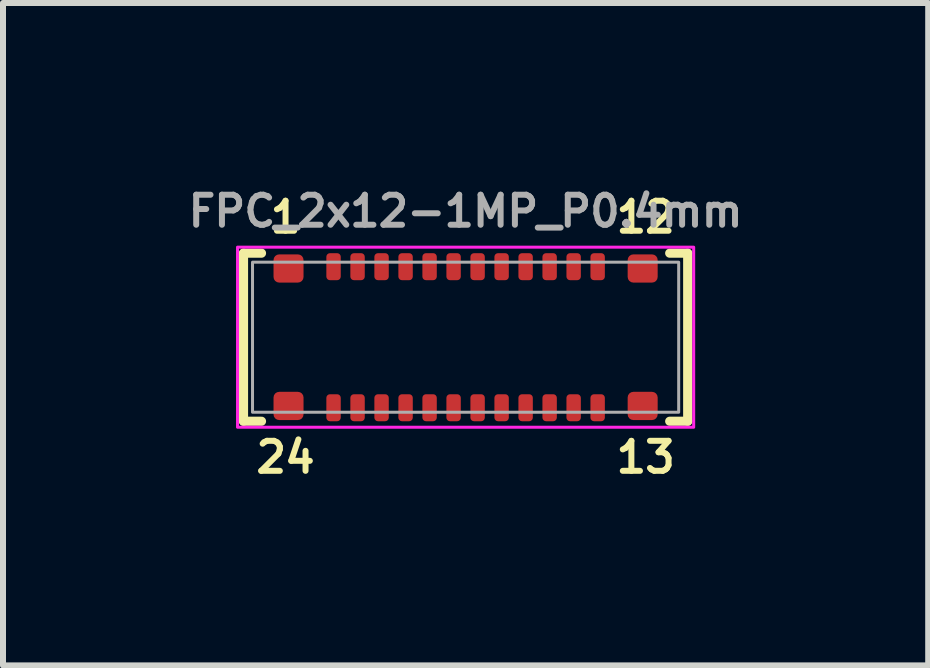
<source format=kicad_pcb>
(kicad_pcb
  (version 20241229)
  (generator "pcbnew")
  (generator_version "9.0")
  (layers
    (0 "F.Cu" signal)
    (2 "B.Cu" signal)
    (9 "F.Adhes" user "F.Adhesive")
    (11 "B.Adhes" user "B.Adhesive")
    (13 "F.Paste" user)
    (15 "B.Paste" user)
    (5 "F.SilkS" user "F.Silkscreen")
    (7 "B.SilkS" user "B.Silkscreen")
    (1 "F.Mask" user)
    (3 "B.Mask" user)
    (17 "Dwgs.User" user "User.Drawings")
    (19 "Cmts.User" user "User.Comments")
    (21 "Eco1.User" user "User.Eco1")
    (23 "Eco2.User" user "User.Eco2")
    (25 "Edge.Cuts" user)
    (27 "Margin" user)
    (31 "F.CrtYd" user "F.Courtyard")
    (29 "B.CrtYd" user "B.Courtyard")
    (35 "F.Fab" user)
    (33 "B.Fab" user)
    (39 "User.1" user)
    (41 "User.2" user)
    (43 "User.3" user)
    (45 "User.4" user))
  (footprint "FPC_2x12-1MP_P0.4mm"
    (layer "F.Cu")
    (at 4.707 2.568)
    (property "Reference" "FPC_2x12-1MP_P0.4mm" (at 0 -2.1 0) (unlocked yes) (layer "F.Fab") (effects (font (size 0.5 0.5) (thickness 0.1))))
    (attr smd)
    (fp_line (start -3.7 1.4) (end -3.7 -1.4) (stroke (width 0.152) (type default)) (layer "F.SilkS"))
    (fp_line (start -3.4 -1.4) (end -3.7 -1.4) (stroke (width 0.152) (type default)) (layer "F.SilkS"))
    (fp_line (start -3.4 1.4) (end -3.7 1.4) (stroke (width 0.152) (type default)) (layer "F.SilkS"))
    (fp_line (start 3.4 -1.4) (end 3.7 -1.4) (stroke (width 0.152) (type default)) (layer "F.SilkS"))
    (fp_line (start 3.4 1.4) (end 3.7 1.4) (stroke (width 0.152) (type default)) (layer "F.SilkS"))
    (fp_line (start 3.7 -1.4) (end 3.7 1.4) (stroke (width 0.152) (type default)) (layer "F.SilkS"))
    (fp_rect (start -3.8 -1.5) (end 3.8 1.5) (stroke (width 0.05) (type default)) (fill no) (layer "F.CrtYd"))
    (fp_rect (start -3.55 -1.25) (end 3.55 1.25) (stroke (width 0.05) (type default)) (fill no) (layer "F.Fab"))
    (fp_text user "1" (at -3 -2 0) (unlocked yes) (layer "F.SilkS") (effects (font (size 0.5 0.5) (thickness 0.1))))
    (fp_text user "24" (at -3 2 0) (unlocked yes) (layer "F.SilkS") (effects (font (size 0.5 0.5) (thickness 0.1))))
    (fp_text user "13" (at 3 2 0) (unlocked yes) (layer "F.SilkS") (effects (font (size 0.5 0.5) (thickness 0.1))))
    (fp_text user "12" (at 3 -2 0) (unlocked yes) (layer "F.SilkS") (effects (font (size 0.5 0.5) (thickness 0.1))))
    (pad "1" smd roundrect (at -2.2 -1.175 180) (size 0.24 0.45) (layers "F.Cu" "F.Mask" "F.Paste") (roundrect_rratio 0.25))
    (pad "2" smd roundrect (at -1.8 -1.175 180) (size 0.24 0.45) (layers "F.Cu" "F.Mask" "F.Paste") (roundrect_rratio 0.25))
    (pad "3" smd roundrect (at -1.4 -1.175 180) (size 0.24 0.45) (layers "F.Cu" "F.Mask" "F.Paste") (roundrect_rratio 0.25))
    (pad "4" smd roundrect (at -1 -1.175 180) (size 0.24 0.45) (layers "F.Cu" "F.Mask" "F.Paste") (roundrect_rratio 0.25))
    (pad "5" smd roundrect (at -0.6 -1.175 180) (size 0.24 0.45) (layers "F.Cu" "F.Mask" "F.Paste") (roundrect_rratio 0.25))
    (pad "6" smd roundrect (at -0.2 -1.175 180) (size 0.24 0.45) (layers "F.Cu" "F.Mask" "F.Paste") (roundrect_rratio 0.25))
    (pad "7" smd roundrect (at 0.2 -1.175 180) (size 0.24 0.45) (layers "F.Cu" "F.Mask" "F.Paste") (roundrect_rratio 0.25))
    (pad "8" smd roundrect (at 0.6 -1.175 180) (size 0.24 0.45) (layers "F.Cu" "F.Mask" "F.Paste") (roundrect_rratio 0.25))
    (pad "9" smd roundrect (at 1 -1.175 180) (size 0.24 0.45) (layers "F.Cu" "F.Mask" "F.Paste") (roundrect_rratio 0.25))
    (pad "10" smd roundrect (at 1.4 -1.175 180) (size 0.24 0.45) (layers "F.Cu" "F.Mask" "F.Paste") (roundrect_rratio 0.25))
    (pad "11" smd roundrect (at 1.8 -1.175 180) (size 0.24 0.45) (layers "F.Cu" "F.Mask" "F.Paste") (roundrect_rratio 0.25))
    (pad "12" smd roundrect (at 2.2 -1.175 180) (size 0.24 0.45) (layers "F.Cu" "F.Mask" "F.Paste") (roundrect_rratio 0.25))
    (pad "13" smd roundrect (at 2.2 1.175 180) (size 0.24 0.45) (layers "F.Cu" "F.Mask" "F.Paste") (roundrect_rratio 0.25))
    (pad "14" smd roundrect (at 1.8 1.175 180) (size 0.24 0.45) (layers "F.Cu" "F.Mask" "F.Paste") (roundrect_rratio 0.25))
    (pad "15" smd roundrect (at 1.4 1.175 180) (size 0.24 0.45) (layers "F.Cu" "F.Mask" "F.Paste") (roundrect_rratio 0.25))
    (pad "16" smd roundrect (at 1 1.175 180) (size 0.24 0.45) (layers "F.Cu" "F.Mask" "F.Paste") (roundrect_rratio 0.25))
    (pad "17" smd roundrect (at 0.6 1.175 180) (size 0.24 0.45) (layers "F.Cu" "F.Mask" "F.Paste") (roundrect_rratio 0.25))
    (pad "18" smd roundrect (at 0.2 1.175 180) (size 0.24 0.45) (layers "F.Cu" "F.Mask" "F.Paste") (roundrect_rratio 0.25))
    (pad "19" smd roundrect (at -0.2 1.175 180) (size 0.24 0.45) (layers "F.Cu" "F.Mask" "F.Paste") (roundrect_rratio 0.25))
    (pad "20" smd roundrect (at -0.6 1.175 180) (size 0.24 0.45) (layers "F.Cu" "F.Mask" "F.Paste") (roundrect_rratio 0.25))
    (pad "21" smd roundrect (at -1 1.175 180) (size 0.24 0.45) (layers "F.Cu" "F.Mask" "F.Paste") (roundrect_rratio 0.25))
    (pad "22" smd roundrect (at -1.4 1.175 180) (size 0.24 0.45) (layers "F.Cu" "F.Mask" "F.Paste") (roundrect_rratio 0.25))
    (pad "23" smd roundrect (at -1.8 1.175 180) (size 0.24 0.45) (layers "F.Cu" "F.Mask" "F.Paste") (roundrect_rratio 0.25))
    (pad "24" smd roundrect (at -2.2 1.175 180) (size 0.24 0.45) (layers "F.Cu" "F.Mask" "F.Paste") (roundrect_rratio 0.25))
    (pad "M1" smd roundrect (at 2.95 1.145 180) (size 0.5 0.47) (layers "F.Cu" "F.Mask" "F.Paste") (roundrect_rratio 0.2))
    (pad "M2" smd roundrect (at 2.95 -1.145 180) (size 0.5 0.47) (layers "F.Cu" "F.Mask" "F.Paste") (roundrect_rratio 0.2))
    (pad "M3" smd roundrect (at -2.95 -1.145 180) (size 0.5 0.47) (layers "F.Cu" "F.Mask" "F.Paste") (roundrect_rratio 0.2))
    (pad "M4" smd roundrect (at -2.95 1.145 180) (size 0.5 0.47) (layers "F.Cu" "F.Mask" "F.Paste") (roundrect_rratio 0.2))
    (zone (net_name "") (layers "F.Cu" "F.CrtYd") (hatch edge 0.5) (connect_pads) (min_thickness 0.25) (filled_areas_thickness no) (keepout (tracks not_allowed) (vias not_allowed) (pads not_allowed) (copperpour not_allowed) (footprints allowed)) (placement (enabled no)) (fill) (polygon (pts (xy 2.332 1.618) (xy 2.332 2.368) (xy 2.682 2.368) (xy 2.682 1.618))))
    (zone (net_name "") (layers "F.Cu" "F.CrtYd") (hatch edge 0.5) (connect_pads) (min_thickness 0.25) (filled_areas_thickness no) (keepout (tracks not_allowed) (vias not_allowed) (pads not_allowed) (copperpour not_allowed) (footprints allowed)) (placement (enabled no)) (fill) (polygon (pts (xy 2.332 2.768) (xy 2.332 3.518) (xy 2.682 3.518) (xy 2.682 2.768))))
    (zone (net_name "") (layers "F.Cu" "F.CrtYd") (hatch edge 0.5) (connect_pads) (min_thickness 0.25) (filled_areas_thickness no) (keepout (tracks not_allowed) (vias not_allowed) (pads not_allowed) (copperpour not_allowed) (footprints allowed)) (placement (enabled no)) (fill) (polygon (pts (xy 2.732 1.618) (xy 2.732 2.368) (xy 3.082 2.368) (xy 3.082 1.618))))
    (zone (net_name "") (layers "F.Cu" "F.CrtYd") (hatch edge 0.5) (connect_pads) (min_thickness 0.25) (filled_areas_thickness no) (keepout (tracks not_allowed) (vias not_allowed) (pads not_allowed) (copperpour not_allowed) (footprints allowed)) (placement (enabled no)) (fill) (polygon (pts (xy 2.732 2.768) (xy 2.732 3.518) (xy 3.082 3.518) (xy 3.082 2.768))))
    (zone (net_name "") (layers "F.Cu" "F.CrtYd") (hatch edge 0.5) (connect_pads) (min_thickness 0.25) (filled_areas_thickness no) (keepout (tracks not_allowed) (vias not_allowed) (pads not_allowed) (copperpour not_allowed) (footprints allowed)) (placement (enabled no)) (fill) (polygon (pts (xy 3.132 1.618) (xy 3.132 2.368) (xy 3.482 2.368) (xy 3.482 1.618))))
    (zone (net_name "") (layers "F.Cu" "F.CrtYd") (hatch edge 0.5) (connect_pads) (min_thickness 0.25) (filled_areas_thickness no) (keepout (tracks not_allowed) (vias not_allowed) (pads not_allowed) (copperpour not_allowed) (footprints allowed)) (placement (enabled no)) (fill) (polygon (pts (xy 3.132 2.768) (xy 3.132 3.518) (xy 3.482 3.518) (xy 3.482 2.768))))
    (zone (net_name "") (layers "F.Cu" "F.CrtYd") (hatch edge 0.5) (connect_pads) (min_thickness 0.25) (filled_areas_thickness no) (keepout (tracks not_allowed) (vias not_allowed) (pads not_allowed) (copperpour not_allowed) (footprints allowed)) (placement (enabled no)) (fill) (polygon (pts (xy 3.532 1.618) (xy 3.532 2.368) (xy 3.882 2.368) (xy 3.882 1.618))))
    (zone (net_name "") (layers "F.Cu" "F.CrtYd") (hatch edge 0.5) (connect_pads) (min_thickness 0.25) (filled_areas_thickness no) (keepout (tracks not_allowed) (vias not_allowed) (pads not_allowed) (copperpour not_allowed) (footprints allowed)) (placement (enabled no)) (fill) (polygon (pts (xy 3.532 2.768) (xy 3.532 3.518) (xy 3.882 3.518) (xy 3.882 2.768))))
    (zone (net_name "") (layers "F.Cu" "F.CrtYd") (hatch edge 0.5) (connect_pads) (min_thickness 0.25) (filled_areas_thickness no) (keepout (tracks not_allowed) (vias not_allowed) (pads not_allowed) (copperpour not_allowed) (footprints allowed)) (placement (enabled no)) (fill) (polygon (pts (xy 3.932 1.618) (xy 3.932 2.368) (xy 4.282 2.368) (xy 4.282 1.618))))
    (zone (net_name "") (layers "F.Cu" "F.CrtYd") (hatch edge 0.5) (connect_pads) (min_thickness 0.25) (filled_areas_thickness no) (keepout (tracks not_allowed) (vias not_allowed) (pads not_allowed) (copperpour not_allowed) (footprints allowed)) (placement (enabled no)) (fill) (polygon (pts (xy 3.932 2.768) (xy 3.932 3.518) (xy 4.282 3.518) (xy 4.282 2.768))))
    (zone (net_name "") (layers "F.Cu" "F.CrtYd") (hatch edge 0.5) (connect_pads) (min_thickness 0.25) (filled_areas_thickness no) (keepout (tracks not_allowed) (vias not_allowed) (pads not_allowed) (copperpour not_allowed) (footprints allowed)) (placement (enabled no)) (fill) (polygon (pts (xy 4.332 1.618) (xy 4.332 2.368) (xy 4.682 2.368) (xy 4.682 1.618))))
    (zone (net_name "") (layers "F.Cu" "F.CrtYd") (hatch edge 0.5) (connect_pads) (min_thickness 0.25) (filled_areas_thickness no) (keepout (tracks not_allowed) (vias not_allowed) (pads not_allowed) (copperpour not_allowed) (footprints allowed)) (placement (enabled no)) (fill) (polygon (pts (xy 4.332 2.768) (xy 4.332 3.518) (xy 4.682 3.518) (xy 4.682 2.768))))
    (zone (net_name "") (layers "F.Cu" "F.CrtYd") (hatch edge 0.5) (connect_pads) (min_thickness 0.25) (filled_areas_thickness no) (keepout (tracks not_allowed) (vias not_allowed) (pads not_allowed) (copperpour not_allowed) (footprints allowed)) (placement (enabled no)) (fill) (polygon (pts (xy 4.732 1.618) (xy 4.732 2.368) (xy 5.082 2.368) (xy 5.082 1.618))))
    (zone (net_name "") (layers "F.Cu" "F.CrtYd") (hatch edge 0.5) (connect_pads) (min_thickness 0.25) (filled_areas_thickness no) (keepout (tracks not_allowed) (vias not_allowed) (pads not_allowed) (copperpour not_allowed) (footprints allowed)) (placement (enabled no)) (fill) (polygon (pts (xy 4.732 2.768) (xy 4.732 3.518) (xy 5.082 3.518) (xy 5.082 2.768))))
    (zone (net_name "") (layers "F.Cu" "F.CrtYd") (hatch edge 0.5) (connect_pads) (min_thickness 0.25) (filled_areas_thickness no) (keepout (tracks not_allowed) (vias not_allowed) (pads not_allowed) (copperpour not_allowed) (footprints allowed)) (placement (enabled no)) (fill) (polygon (pts (xy 5.132 1.618) (xy 5.132 2.368) (xy 5.482 2.368) (xy 5.482 1.618))))
    (zone (net_name "") (layers "F.Cu" "F.CrtYd") (hatch edge 0.5) (connect_pads) (min_thickness 0.25) (filled_areas_thickness no) (keepout (tracks not_allowed) (vias not_allowed) (pads not_allowed) (copperpour not_allowed) (footprints allowed)) (placement (enabled no)) (fill) (polygon (pts (xy 5.132 2.768) (xy 5.132 3.518) (xy 5.482 3.518) (xy 5.482 2.768))))
    (zone (net_name "") (layers "F.Cu" "F.CrtYd") (hatch edge 0.5) (connect_pads) (min_thickness 0.25) (filled_areas_thickness no) (keepout (tracks not_allowed) (vias not_allowed) (pads not_allowed) (copperpour not_allowed) (footprints allowed)) (placement (enabled no)) (fill) (polygon (pts (xy 5.532 1.618) (xy 5.532 2.368) (xy 5.882 2.368) (xy 5.882 1.618))))
    (zone (net_name "") (layers "F.Cu" "F.CrtYd") (hatch edge 0.5) (connect_pads) (min_thickness 0.25) (filled_areas_thickness no) (keepout (tracks not_allowed) (vias not_allowed) (pads not_allowed) (copperpour not_allowed) (footprints allowed)) (placement (enabled no)) (fill) (polygon (pts (xy 5.532 2.768) (xy 5.532 3.518) (xy 5.882 3.518) (xy 5.882 2.768))))
    (zone (net_name "") (layers "F.Cu" "F.CrtYd") (hatch edge 0.5) (connect_pads) (min_thickness 0.25) (filled_areas_thickness no) (keepout (tracks not_allowed) (vias not_allowed) (pads not_allowed) (copperpour not_allowed) (footprints allowed)) (placement (enabled no)) (fill) (polygon (pts (xy 5.932 1.618) (xy 5.932 2.368) (xy 6.282 2.368) (xy 6.282 1.618))))
    (zone (net_name "") (layers "F.Cu" "F.CrtYd") (hatch edge 0.5) (connect_pads) (min_thickness 0.25) (filled_areas_thickness no) (keepout (tracks not_allowed) (vias not_allowed) (pads not_allowed) (copperpour not_allowed) (footprints allowed)) (placement (enabled no)) (fill) (polygon (pts (xy 5.932 2.768) (xy 5.932 3.518) (xy 6.282 3.518) (xy 6.282 2.768))))
    (zone (net_name "") (layers "F.Cu" "F.CrtYd") (hatch edge 0.5) (connect_pads) (min_thickness 0.25) (filled_areas_thickness no) (keepout (tracks not_allowed) (vias not_allowed) (pads not_allowed) (copperpour not_allowed) (footprints allowed)) (placement (enabled no)) (fill) (polygon (pts (xy 6.332 1.618) (xy 6.332 2.368) (xy 6.682 2.368) (xy 6.682 1.618))))
    (zone (net_name "") (layers "F.Cu" "F.CrtYd") (hatch edge 0.5) (connect_pads) (min_thickness 0.25) (filled_areas_thickness no) (keepout (tracks not_allowed) (vias not_allowed) (pads not_allowed) (copperpour not_allowed) (footprints allowed)) (placement (enabled no)) (fill) (polygon (pts (xy 6.332 2.768) (xy 6.332 3.518) (xy 6.682 3.518) (xy 6.682 2.768))))
    (zone (net_name "") (layers "F.Cu" "F.CrtYd") (hatch edge 0.5) (connect_pads) (min_thickness 0.25) (filled_areas_thickness no) (keepout (tracks not_allowed) (vias not_allowed) (pads not_allowed) (copperpour not_allowed) (footprints allowed)) (placement (enabled no)) (fill) (polygon (pts (xy 6.732 1.618) (xy 6.732 2.368) (xy 7.082 2.368) (xy 7.082 1.618))))
    (zone (net_name "") (layers "F.Cu" "F.CrtYd") (hatch edge 0.5) (connect_pads) (min_thickness 0.25) (filled_areas_thickness no) (keepout (tracks not_allowed) (vias not_allowed) (pads not_allowed) (copperpour not_allowed) (footprints allowed)) (placement (enabled no)) (fill) (polygon (pts (xy 6.732 2.768) (xy 6.732 3.518) (xy 7.082 3.518) (xy 7.082 2.768)))))
  (gr_rect
    (start -3 -3)
    (end 12.414 8.036)
    (stroke (width 0.1) (type default))
    (fill no)
    (layer "Edge.Cuts")))
</source>
